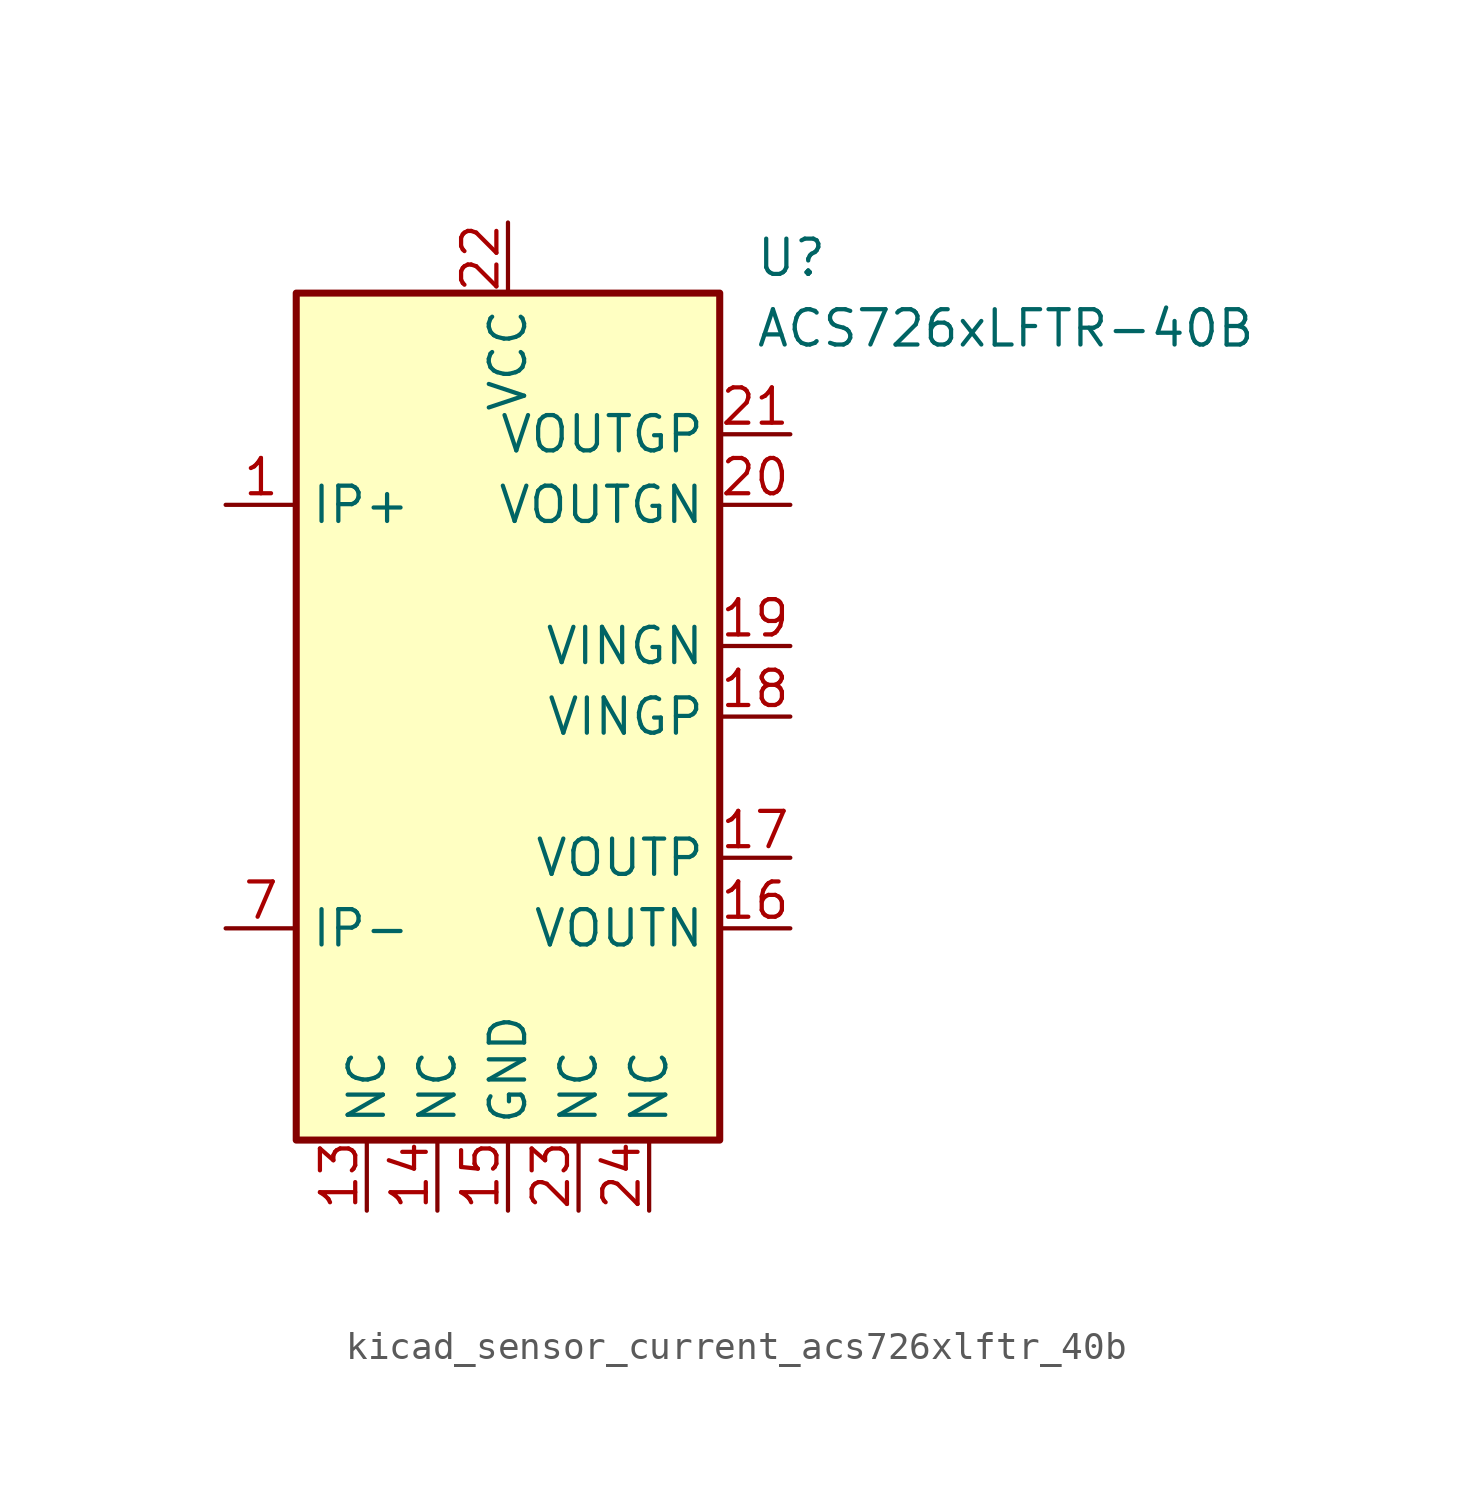
<source format=kicad_sym>
(kicad_symbol_lib
  (version 20220914)
  (generator kicad_symbol_editor)
  (symbol "kicad_sensor_current_acs726xlftr_40b"
    (property "Reference" "U"
      (at 8.89 16.51 0)
      (effects (font (size 1.27 1.27)) (justify left)))
    (property "Value" "ACS726xLFTR-40B"
      (at 8.89 13.97 0)
      (effects (font (size 1.27 1.27)) (justify left)))
    (symbol "kicad_sensor_current_acs726xlftr_40b_0_1"
      (rectangle (start -7.62 15.24) (end 7.62 -15.24) (stroke (width 0.254) (type default)) (fill (type background))))
    (symbol "kicad_sensor_current_acs726xlftr_40b_1_1"
      (pin passive line (at -10.16 7.62 0) (length 2.54) (name "IP+" (effects (font (size 1.27 1.27)))) (number "1" (effects (font (size 1.27 1.27)))))
      (pin passive line (at -10.16 -7.62 0) (length 2.54) hide (name "IP-" (effects (font (size 1.27 1.27)))) (number "10" (effects (font (size 1.27 1.27)))))
      (pin passive line (at -10.16 -7.62 0) (length 2.54) hide (name "IP-" (effects (font (size 1.27 1.27)))) (number "11" (effects (font (size 1.27 1.27)))))
      (pin passive line (at -10.16 -7.62 0) (length 2.54) hide (name "IP-" (effects (font (size 1.27 1.27)))) (number "12" (effects (font (size 1.27 1.27)))))
      (pin passive line (at -5.08 -17.78 90) (length 2.54) (name "NC" (effects (font (size 1.27 1.27)))) (number "13" (effects (font (size 1.27 1.27)))))
      (pin passive line (at -2.54 -17.78 90) (length 2.54) (name "NC" (effects (font (size 1.27 1.27)))) (number "14" (effects (font (size 1.27 1.27)))))
      (pin power_in line (at 0 -17.78 90) (length 2.54) (name "GND" (effects (font (size 1.27 1.27)))) (number "15" (effects (font (size 1.27 1.27)))))
      (pin output line (at 10.16 -7.62 180) (length 2.54) (name "VOUTN" (effects (font (size 1.27 1.27)))) (number "16" (effects (font (size 1.27 1.27)))))
      (pin output line (at 10.16 -5.08 180) (length 2.54) (name "VOUTP" (effects (font (size 1.27 1.27)))) (number "17" (effects (font (size 1.27 1.27)))))
      (pin input line (at 10.16 0 180) (length 2.54) (name "VINGP" (effects (font (size 1.27 1.27)))) (number "18" (effects (font (size 1.27 1.27)))))
      (pin input line (at 10.16 2.54 180) (length 2.54) (name "VINGN" (effects (font (size 1.27 1.27)))) (number "19" (effects (font (size 1.27 1.27)))))
      (pin passive line (at -10.16 7.62 0) (length 2.54) hide (name "IP+" (effects (font (size 1.27 1.27)))) (number "2" (effects (font (size 1.27 1.27)))))
      (pin output line (at 10.16 7.62 180) (length 2.54) (name "VOUTGN" (effects (font (size 1.27 1.27)))) (number "20" (effects (font (size 1.27 1.27)))))
      (pin output line (at 10.16 10.16 180) (length 2.54) (name "VOUTGP" (effects (font (size 1.27 1.27)))) (number "21" (effects (font (size 1.27 1.27)))))
      (pin power_in line (at 0 17.78 270) (length 2.54) (name "VCC" (effects (font (size 1.27 1.27)))) (number "22" (effects (font (size 1.27 1.27)))))
      (pin passive line (at 2.54 -17.78 90) (length 2.54) (name "NC" (effects (font (size 1.27 1.27)))) (number "23" (effects (font (size 1.27 1.27)))))
      (pin passive line (at 5.08 -17.78 90) (length 2.54) (name "NC" (effects (font (size 1.27 1.27)))) (number "24" (effects (font (size 1.27 1.27)))))
      (pin passive line (at -10.16 7.62 0) (length 2.54) hide (name "IP+" (effects (font (size 1.27 1.27)))) (number "3" (effects (font (size 1.27 1.27)))))
      (pin passive line (at -10.16 7.62 0) (length 2.54) hide (name "IP+" (effects (font (size 1.27 1.27)))) (number "4" (effects (font (size 1.27 1.27)))))
      (pin passive line (at -10.16 7.62 0) (length 2.54) hide (name "IP+" (effects (font (size 1.27 1.27)))) (number "5" (effects (font (size 1.27 1.27)))))
      (pin passive line (at -10.16 7.62 0) (length 2.54) hide (name "IP+" (effects (font (size 1.27 1.27)))) (number "6" (effects (font (size 1.27 1.27)))))
      (pin passive line (at -10.16 -7.62 0) (length 2.54) (name "IP-" (effects (font (size 1.27 1.27)))) (number "7" (effects (font (size 1.27 1.27)))))
      (pin passive line (at -10.16 -7.62 0) (length 2.54) hide (name "IP-" (effects (font (size 1.27 1.27)))) (number "8" (effects (font (size 1.27 1.27)))))
      (pin passive line (at -10.16 -7.62 0) (length 2.54) hide (name "IP-" (effects (font (size 1.27 1.27)))) (number "9" (effects (font (size 1.27 1.27))))))))
</source>
